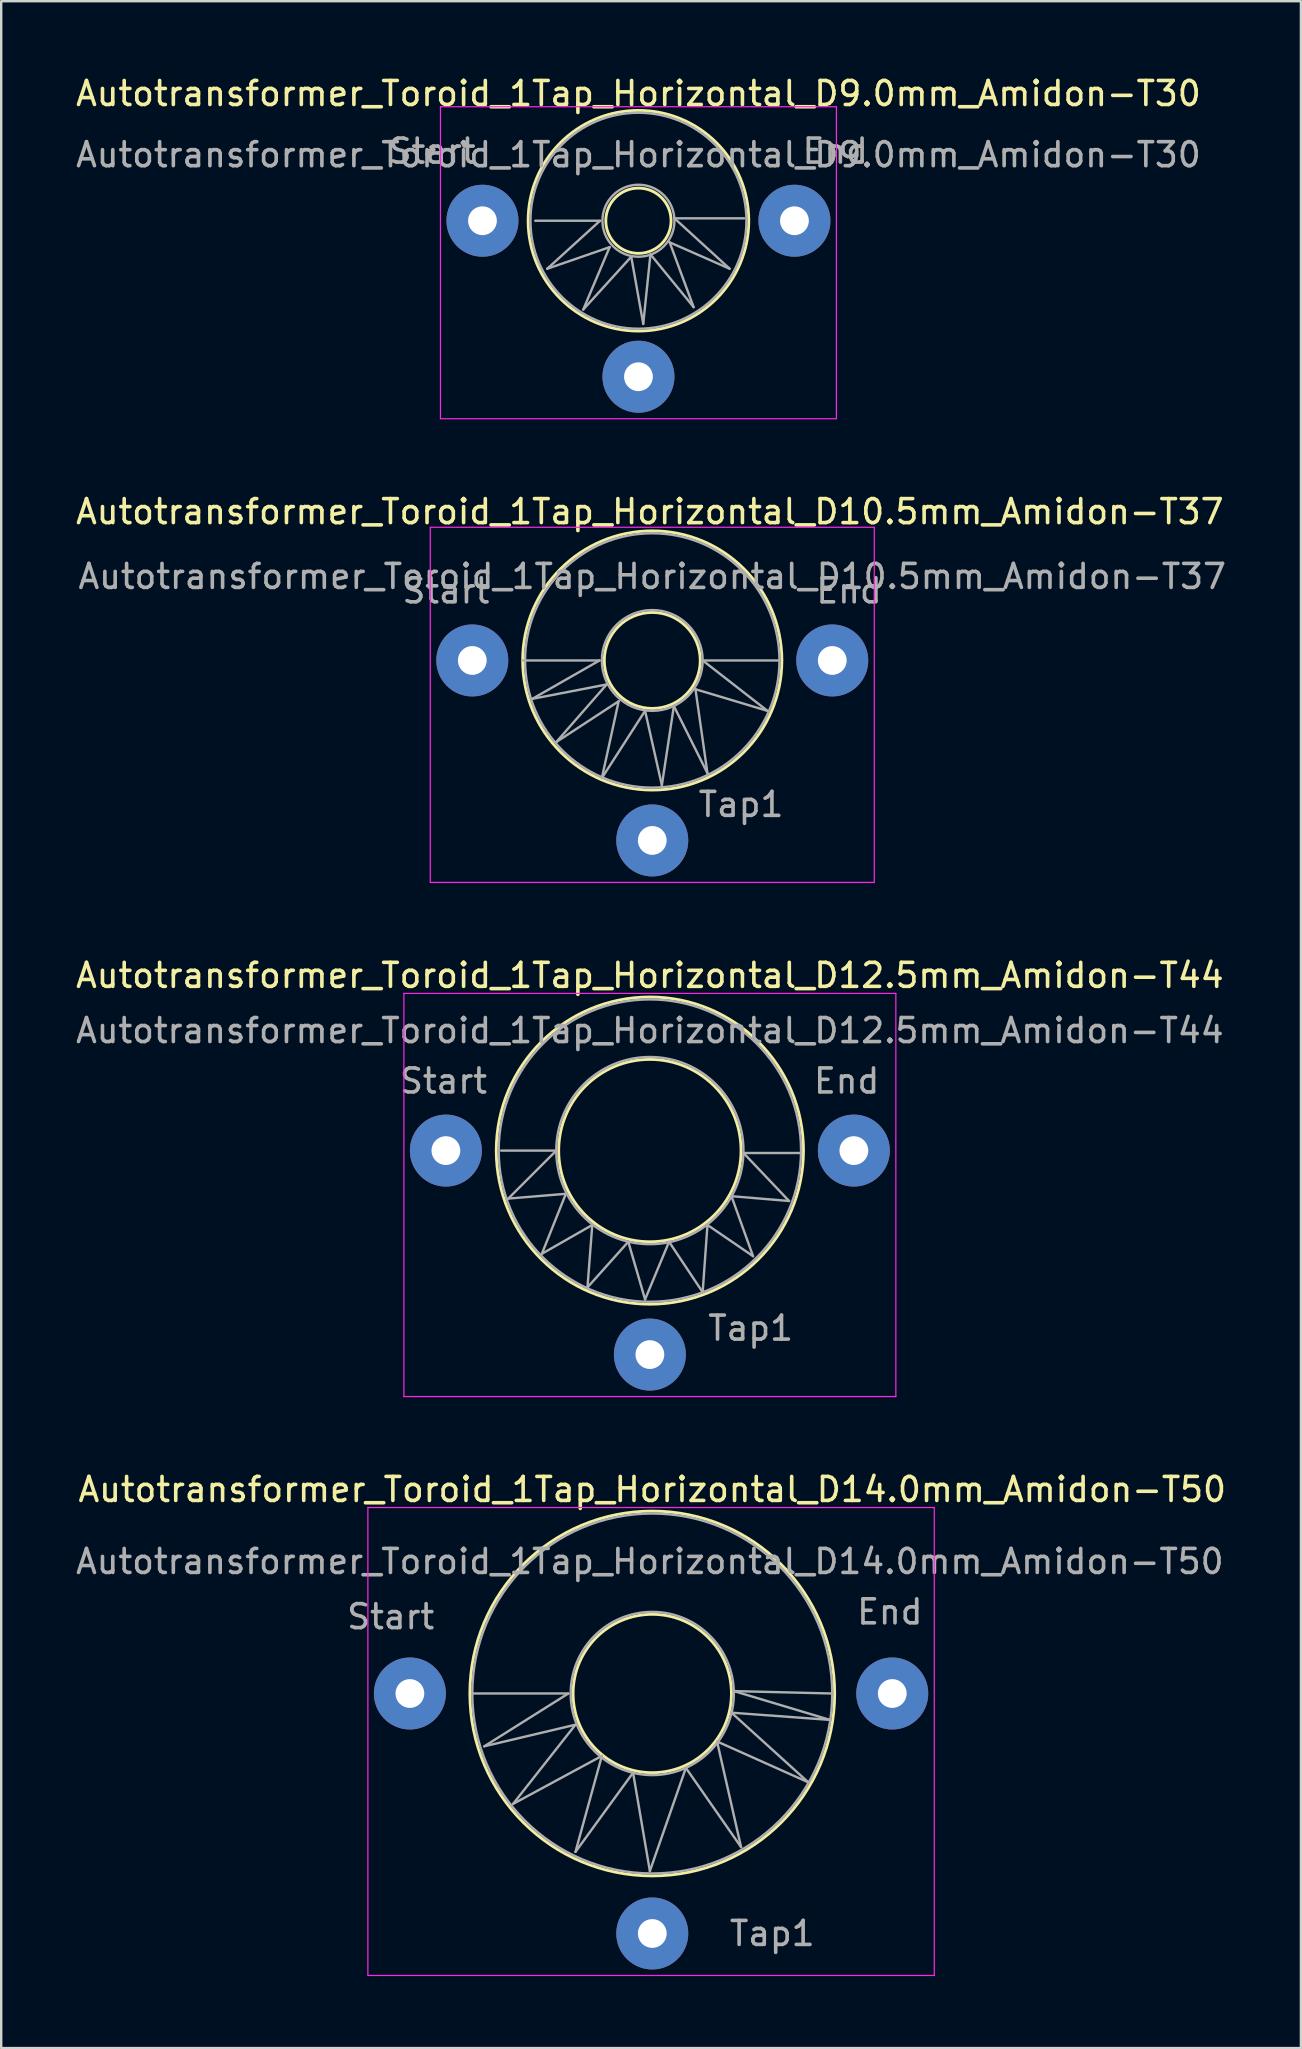
<source format=kicad_pcb>
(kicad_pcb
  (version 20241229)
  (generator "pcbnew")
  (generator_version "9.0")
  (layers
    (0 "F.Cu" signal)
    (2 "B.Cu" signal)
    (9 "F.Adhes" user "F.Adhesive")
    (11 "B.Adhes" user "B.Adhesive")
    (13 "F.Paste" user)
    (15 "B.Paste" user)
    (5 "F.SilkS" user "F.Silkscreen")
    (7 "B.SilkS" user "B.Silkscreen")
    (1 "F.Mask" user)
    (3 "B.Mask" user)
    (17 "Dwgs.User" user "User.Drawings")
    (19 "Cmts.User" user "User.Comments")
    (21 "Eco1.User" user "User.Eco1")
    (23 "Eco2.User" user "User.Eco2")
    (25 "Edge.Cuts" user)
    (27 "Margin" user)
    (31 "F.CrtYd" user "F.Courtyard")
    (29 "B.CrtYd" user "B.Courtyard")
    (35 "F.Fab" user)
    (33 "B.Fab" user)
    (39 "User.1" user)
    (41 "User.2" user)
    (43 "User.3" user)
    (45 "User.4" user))
  (footprint "Autotransformer_Toroid_1Tap_Horizontal_D10.5mm_Amidon-T37"
    (layer "F.Cu")
    (at 16.63 24.471)
    (property "Reference" "Autotransformer_Toroid_1Tap_Horizontal_D10.5mm_Amidon-T37" (at 7.4 -6.2 0) (layer "F.SilkS") (effects (font (size 1 1) (thickness 0.15))))
    (attr through_hole)
    (fp_circle (center 7.5 0) (end 9.5 0) (stroke (width 0.12) (type solid)) (fill no) (layer "F.SilkS"))
    (fp_circle (center 7.5 0) (end 12.9 0) (stroke (width 0.12) (type solid)) (fill no) (layer "F.SilkS"))
    (fp_line (start -1.75 -5.55) (end -1.75 9.25) (stroke (width 0.05) (type solid)) (layer "F.CrtYd"))
    (fp_line (start -1.75 -5.55) (end 16.75 -5.55) (stroke (width 0.05) (type solid)) (layer "F.CrtYd"))
    (fp_line (start 16.75 9.25) (end -1.75 9.25) (stroke (width 0.05) (type solid)) (layer "F.CrtYd"))
    (fp_line (start 16.75 9.25) (end 16.75 -5.55) (stroke (width 0.05) (type solid)) (layer "F.CrtYd"))
    (fp_line (start 2.1 0) (end 5.3 0) (stroke (width 0.1) (type solid)) (layer "F.Fab"))
    (fp_line (start 2.5 1.6) (end 5.6 1) (stroke (width 0.1) (type solid)) (layer "F.Fab"))
    (fp_line (start 3.5 3.4) (end 6.1 1.7) (stroke (width 0.1) (type solid)) (layer "F.Fab"))
    (fp_line (start 5.3 0) (end 2.5 1.6) (stroke (width 0.1) (type solid)) (layer "F.Fab"))
    (fp_line (start 5.4 4.9) (end 7.2 2.1) (stroke (width 0.1) (type solid)) (layer "F.Fab"))
    (fp_line (start 5.6 1) (end 3.5 3.4) (stroke (width 0.1) (type solid)) (layer "F.Fab"))
    (fp_line (start 6.1 1.7) (end 5.4 4.9) (stroke (width 0.1) (type solid)) (layer "F.Fab"))
    (fp_line (start 7.2 2.1) (end 7.9 5.2) (stroke (width 0.1) (type solid)) (layer "F.Fab"))
    (fp_line (start 7.9 5.2) (end 8.4 1.9) (stroke (width 0.1) (type solid)) (layer "F.Fab"))
    (fp_line (start 8.4 1.9) (end 9.8 4.7) (stroke (width 0.1) (type solid)) (layer "F.Fab"))
    (fp_line (start 9.3 1.2) (end 12.3 2.1) (stroke (width 0.1) (type solid)) (layer "F.Fab"))
    (fp_line (start 9.6 0) (end 12.8 0) (stroke (width 0.1) (type solid)) (layer "F.Fab"))
    (fp_line (start 9.8 4.7) (end 9.3 1.2) (stroke (width 0.1) (type solid)) (layer "F.Fab"))
    (fp_line (start 12.3 2.1) (end 9.6 0) (stroke (width 0.1) (type solid)) (layer "F.Fab"))
    (fp_circle (center 7.5 0) (end 9.6 0) (stroke (width 0.1) (type solid)) (fill no) (layer "F.Fab"))
    (fp_circle (center 7.5 0) (end 12.8 0) (stroke (width 0.1) (type solid)) (fill no) (layer "F.Fab"))
    (fp_text user "End" (at 15.7 -2.9 0) (layer "F.Fab") (effects (font (size 1 1) (thickness 0.15))))
    (fp_text user "${REFERENCE}" (at 7.5 -3.5 0) (layer "F.Fab") (effects (font (size 1 1) (thickness 0.15))))
    (fp_text user "Tap1" (at 11.2 6 0) (layer "F.Fab") (effects (font (size 1 1) (thickness 0.15))))
    (fp_text user "Start" (at -1.1 -2.9 0) (layer "F.Fab") (effects (font (size 1 1) (thickness 0.15))))
    (pad "1" thru_hole circle (at 0 0) (size 3 3) (drill 1.2) (layers "*.Cu" "*.Mask"))
    (pad "2" thru_hole circle (at 7.5 7.5) (size 3 3) (drill 1.2) (layers "*.Cu" "*.Mask"))
    (pad "3" thru_hole circle (at 15 0) (size 3 3) (drill 1.2) (layers "*.Cu" "*.Mask")))
  (footprint "Autotransformer_Toroid_1Tap_Horizontal_D14.0mm_Amidon-T50"
    (layer "F.Cu")
    (at 14.03 67.518)
    (property "Reference" "Autotransformer_Toroid_1Tap_Horizontal_D14.0mm_Amidon-T50" (at 10.1 -8.5 0) (layer "F.SilkS") (effects (font (size 1 1) (thickness 0.15))))
    (attr through_hole)
    (fp_circle (center 10.1 0) (end 13.4 0) (stroke (width 0.12) (type solid)) (fill no) (layer "F.SilkS"))
    (fp_circle (center 10.1 0) (end 17.7 0) (stroke (width 0.12) (type solid)) (fill no) (layer "F.SilkS"))
    (fp_line (start -1.75 -7.75) (end -1.75 11.75) (stroke (width 0.05) (type solid)) (layer "F.CrtYd"))
    (fp_line (start -1.75 -7.75) (end 21.85 -7.75) (stroke (width 0.05) (type solid)) (layer "F.CrtYd"))
    (fp_line (start 21.85 11.75) (end -1.75 11.75) (stroke (width 0.05) (type solid)) (layer "F.CrtYd"))
    (fp_line (start 21.85 11.75) (end 21.85 -7.75) (stroke (width 0.05) (type solid)) (layer "F.CrtYd"))
    (fp_line (start 2.6 0) (end 6.6 0) (stroke (width 0.1) (type solid)) (layer "F.Fab"))
    (fp_line (start 3.1 2.2) (end 6.9 1.3) (stroke (width 0.1) (type solid)) (layer "F.Fab"))
    (fp_line (start 4.3 4.6) (end 8 2.6) (stroke (width 0.1) (type solid)) (layer "F.Fab"))
    (fp_line (start 6.6 0) (end 3.1 2.2) (stroke (width 0.1) (type solid)) (layer "F.Fab"))
    (fp_line (start 6.9 1.3) (end 4.3 4.6) (stroke (width 0.1) (type solid)) (layer "F.Fab"))
    (fp_line (start 6.9 6.6) (end 9.3 3.3) (stroke (width 0.1) (type solid)) (layer "F.Fab"))
    (fp_line (start 8 2.6) (end 6.9 6.6) (stroke (width 0.1) (type solid)) (layer "F.Fab"))
    (fp_line (start 9.3 3.3) (end 10 7.4) (stroke (width 0.1) (type solid)) (layer "F.Fab"))
    (fp_line (start 10 7.4) (end 11.5 3.1) (stroke (width 0.1) (type solid)) (layer "F.Fab"))
    (fp_line (start 11.5 3.1) (end 13.8 6.4) (stroke (width 0.1) (type solid)) (layer "F.Fab"))
    (fp_line (start 12.8 2) (end 16.6 3.7) (stroke (width 0.1) (type solid)) (layer "F.Fab"))
    (fp_line (start 13.4 0.8) (end 17.5 1.1) (stroke (width 0.1) (type solid)) (layer "F.Fab"))
    (fp_line (start 13.5 -0.1) (end 17.6 0) (stroke (width 0.1) (type solid)) (layer "F.Fab"))
    (fp_line (start 13.8 6.4) (end 12.8 2) (stroke (width 0.1) (type solid)) (layer "F.Fab"))
    (fp_line (start 16.6 3.7) (end 13.4 0.8) (stroke (width 0.1) (type solid)) (layer "F.Fab"))
    (fp_line (start 17.5 1.1) (end 13.5 -0.1) (stroke (width 0.1) (type solid)) (layer "F.Fab"))
    (fp_circle (center 10.1 0) (end 13.5 0) (stroke (width 0.1) (type solid)) (fill no) (layer "F.Fab"))
    (fp_circle (center 10.1 0) (end 17.6 0) (stroke (width 0.1) (type solid)) (fill no) (layer "F.Fab"))
    (fp_text user "Start" (at -0.8 -3.2 0) (layer "F.Fab") (effects (font (size 1 1) (thickness 0.15))))
    (fp_text user "${REFERENCE}" (at 10 -5.5 0) (layer "F.Fab") (effects (font (size 1 1) (thickness 0.15))))
    (fp_text user "End" (at 20 -3.4 0) (layer "F.Fab") (effects (font (size 1 1) (thickness 0.15))))
    (fp_text user "Tap1" (at 15.1 10 0) (layer "F.Fab") (effects (font (size 1 1) (thickness 0.15))))
    (pad "1" thru_hole circle (at 0 0) (size 3 3) (drill 1.2) (layers "*.Cu" "*.Mask"))
    (pad "2" thru_hole circle (at 10.1 10) (size 3 3) (drill 1.2) (layers "*.Cu" "*.Mask"))
    (pad "3" thru_hole circle (at 20.1 0) (size 3 3) (drill 1.2) (layers "*.Cu" "*.Mask")))
  (footprint "Autotransformer_Toroid_1Tap_Horizontal_D9.0mm_Amidon-T30"
    (layer "F.Cu")
    (at 17.054 6.148)
    (property "Reference" "Autotransformer_Toroid_1Tap_Horizontal_D9.0mm_Amidon-T30" (at 6.5 -5.3 0) (layer "F.SilkS") (effects (font (size 1 1) (thickness 0.15))))
    (attr through_hole)
    (fp_circle (center 6.5 0) (end 7.6 0.8) (stroke (width 0.12) (type solid)) (fill no) (layer "F.SilkS"))
    (fp_circle (center 6.5 0) (end 9.8 3.2) (stroke (width 0.12) (type solid)) (fill no) (layer "F.SilkS"))
    (fp_line (start -1.75 -4.75) (end -1.75 8.25) (stroke (width 0.05) (type solid)) (layer "F.CrtYd"))
    (fp_line (start -1.75 -4.75) (end 14.75 -4.75) (stroke (width 0.05) (type solid)) (layer "F.CrtYd"))
    (fp_line (start 14.75 8.25) (end -1.75 8.25) (stroke (width 0.05) (type solid)) (layer "F.CrtYd"))
    (fp_line (start 14.75 8.25) (end 14.75 -4.75) (stroke (width 0.05) (type solid)) (layer "F.CrtYd"))
    (fp_line (start 2.2 0) (end 4.9 0) (stroke (width 0.1) (type solid)) (layer "F.Fab"))
    (fp_line (start 2.7 2) (end 5.3 1.1) (stroke (width 0.1) (type solid)) (layer "F.Fab"))
    (fp_line (start 4.2 3.7) (end 6.2 1.5) (stroke (width 0.1) (type solid)) (layer "F.Fab"))
    (fp_line (start 4.9 0) (end 2.7 2) (stroke (width 0.1) (type solid)) (layer "F.Fab"))
    (fp_line (start 5.3 1.1) (end 4.2 3.7) (stroke (width 0.1) (type solid)) (layer "F.Fab"))
    (fp_line (start 6.2 1.5) (end 6.7 4.3) (stroke (width 0.1) (type solid)) (layer "F.Fab"))
    (fp_line (start 6.7 4.3) (end 7 1.4) (stroke (width 0.1) (type solid)) (layer "F.Fab"))
    (fp_line (start 7 1.4) (end 8.8 3.6) (stroke (width 0.1) (type solid)) (layer "F.Fab"))
    (fp_line (start 7.8 0.9) (end 10.3 2) (stroke (width 0.1) (type solid)) (layer "F.Fab"))
    (fp_line (start 8 -0.1) (end 10.9 -0.1) (stroke (width 0.1) (type solid)) (layer "F.Fab"))
    (fp_line (start 8.8 3.6) (end 7.8 0.9) (stroke (width 0.1) (type solid)) (layer "F.Fab"))
    (fp_line (start 10.3 2) (end 8 -0.1) (stroke (width 0.1) (type solid)) (layer "F.Fab"))
    (fp_circle (center 6.5 0) (end 8 0) (stroke (width 0.1) (type solid)) (fill no) (layer "F.Fab"))
    (fp_circle (center 6.5 0) (end 11 0) (stroke (width 0.1) (type solid)) (fill no) (layer "F.Fab"))
    (fp_text user "Start" (at -2.1 -2.9 0) (layer "F.Fab") (effects (font (size 1 1) (thickness 0.15))))
    (fp_text user "${REFERENCE}" (at 6.5 -2.75 0) (layer "F.Fab") (effects (font (size 1 1) (thickness 0.15))))
    (fp_text user "End" (at 14.7 -2.9 0) (layer "F.Fab") (effects (font (size 1 1) (thickness 0.15))))
    (pad "1" thru_hole circle (at 0 0) (size 3 3) (drill 1.2) (layers "*.Cu" "*.Mask"))
    (pad "2" thru_hole circle (at 6.5 6.5) (size 3 3) (drill 1.2) (layers "*.Cu" "*.Mask"))
    (pad "3" thru_hole circle (at 13 0) (size 3 3) (drill 1.2) (layers "*.Cu" "*.Mask")))
  (footprint "Autotransformer_Toroid_1Tap_Horizontal_D12.5mm_Amidon-T44"
    (layer "F.Cu")
    (at 15.53 44.895)
    (property "Reference" "Autotransformer_Toroid_1Tap_Horizontal_D12.5mm_Amidon-T44" (at 8.5 -7.3 0) (layer "F.SilkS") (effects (font (size 1 1) (thickness 0.15))))
    (attr through_hole)
    (fp_circle (center 8.5 0) (end 12.3 0) (stroke (width 0.12) (type solid)) (fill no) (layer "F.SilkS"))
    (fp_circle (center 8.5 0) (end 14.9 0) (stroke (width 0.12) (type solid)) (fill no) (layer "F.SilkS"))
    (fp_line (start -1.75 -6.55) (end -1.75 10.25) (stroke (width 0.05) (type solid)) (layer "F.CrtYd"))
    (fp_line (start -1.75 -6.55) (end 18.75 -6.55) (stroke (width 0.05) (type solid)) (layer "F.CrtYd"))
    (fp_line (start 18.75 10.25) (end -1.75 10.25) (stroke (width 0.05) (type solid)) (layer "F.CrtYd"))
    (fp_line (start 18.75 10.25) (end 18.75 -6.55) (stroke (width 0.05) (type solid)) (layer "F.CrtYd"))
    (fp_line (start 2.3 0) (end 4.6 0) (stroke (width 0.1) (type solid)) (layer "F.Fab"))
    (fp_line (start 2.6 2) (end 5 1.8) (stroke (width 0.1) (type solid)) (layer "F.Fab"))
    (fp_line (start 4 4.3) (end 6.1 3.1) (stroke (width 0.1) (type solid)) (layer "F.Fab"))
    (fp_line (start 4.6 0) (end 2.6 2) (stroke (width 0.1) (type solid)) (layer "F.Fab"))
    (fp_line (start 5 1.8) (end 4 4.3) (stroke (width 0.1) (type solid)) (layer "F.Fab"))
    (fp_line (start 5.9 5.7) (end 7.6 3.8) (stroke (width 0.1) (type solid)) (layer "F.Fab"))
    (fp_line (start 6.1 3.1) (end 5.9 5.7) (stroke (width 0.1) (type solid)) (layer "F.Fab"))
    (fp_line (start 7.6 3.8) (end 8.3 6.2) (stroke (width 0.1) (type solid)) (layer "F.Fab"))
    (fp_line (start 8.3 6.2) (end 9.3 3.8) (stroke (width 0.1) (type solid)) (layer "F.Fab"))
    (fp_line (start 9.3 3.8) (end 10.7 5.9) (stroke (width 0.1) (type solid)) (layer "F.Fab"))
    (fp_line (start 10.7 5.9) (end 10.9 3.1) (stroke (width 0.1) (type solid)) (layer "F.Fab"))
    (fp_line (start 10.9 3.1) (end 12.8 4.4) (stroke (width 0.1) (type solid)) (layer "F.Fab"))
    (fp_line (start 11.9 1.9) (end 14.3 2.1) (stroke (width 0.1) (type solid)) (layer "F.Fab"))
    (fp_line (start 12.4 0.1) (end 14.8 0.1) (stroke (width 0.1) (type solid)) (layer "F.Fab"))
    (fp_line (start 12.8 4.4) (end 11.9 1.9) (stroke (width 0.1) (type solid)) (layer "F.Fab"))
    (fp_line (start 14.3 2.1) (end 12.4 0.1) (stroke (width 0.1) (type solid)) (layer "F.Fab"))
    (fp_circle (center 8.5 0) (end 12.4 0) (stroke (width 0.1) (type solid)) (fill no) (layer "F.Fab"))
    (fp_circle (center 8.5 0) (end 14.8 0) (stroke (width 0.1) (type solid)) (fill no) (layer "F.Fab"))
    (fp_text user "Tap1" (at 12.7 7.4 0) (layer "F.Fab") (effects (font (size 1 1) (thickness 0.15))))
    (fp_text user "${REFERENCE}" (at 8.5 -5 0) (layer "F.Fab") (effects (font (size 1 1) (thickness 0.15))))
    (fp_text user "Start" (at -0.1 -2.9 0) (layer "F.Fab") (effects (font (size 1 1) (thickness 0.15))))
    (fp_text user "End" (at 16.7 -2.9 0) (layer "F.Fab") (effects (font (size 1 1) (thickness 0.15))))
    (pad "1" thru_hole circle (at 0 0) (size 3 3) (drill 1.2) (layers "*.Cu" "*.Mask"))
    (pad "2" thru_hole circle (at 8.5 8.5) (size 3 3) (drill 1.2) (layers "*.Cu" "*.Mask"))
    (pad "3" thru_hole circle (at 17 0) (size 3 3) (drill 1.2) (layers "*.Cu" "*.Mask")))
  (gr_rect
    (start -3 -3)
    (end 51.16 82.293)
    (stroke (width 0.1) (type default))
    (fill no)
    (layer "Edge.Cuts")))
</source>
